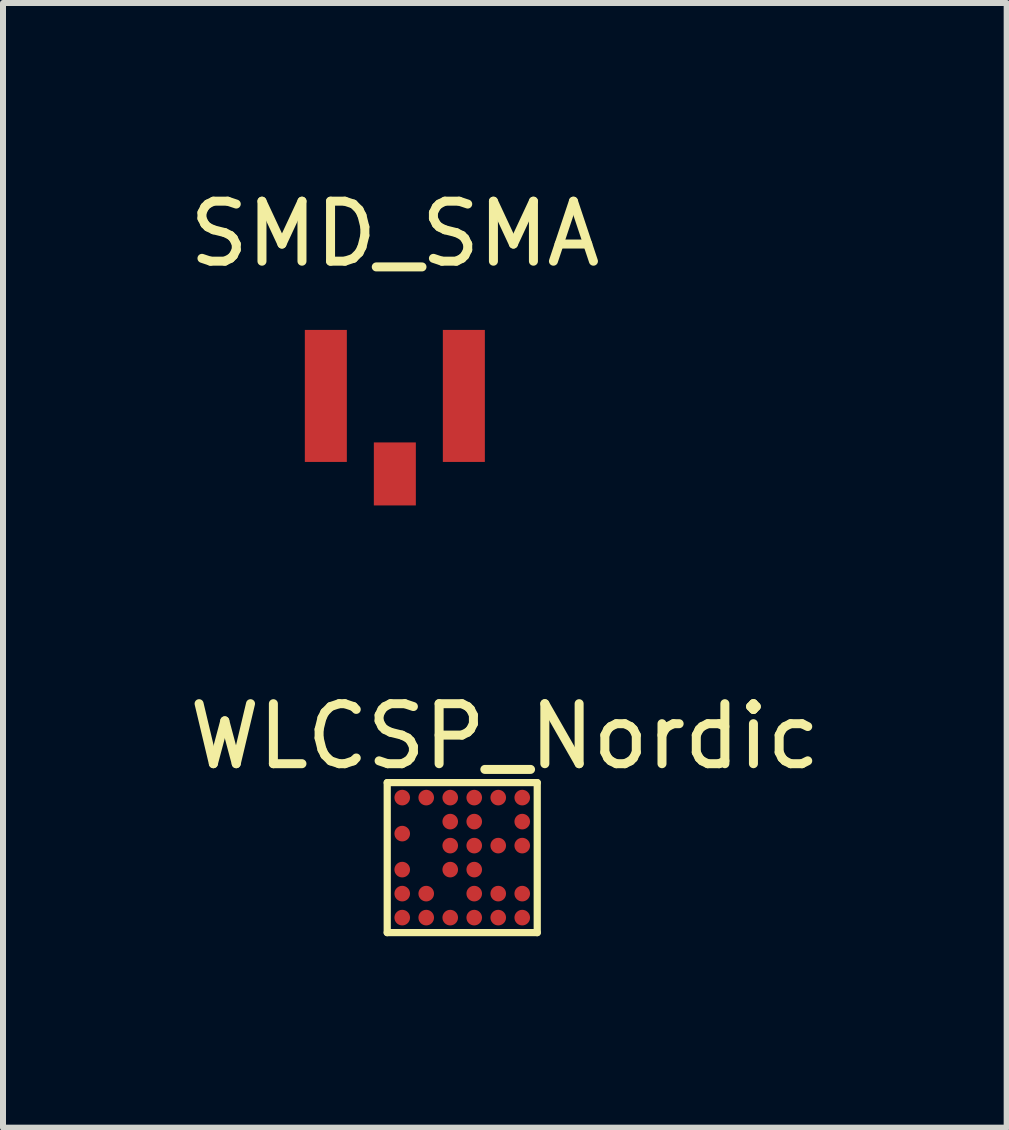
<source format=kicad_pcb>
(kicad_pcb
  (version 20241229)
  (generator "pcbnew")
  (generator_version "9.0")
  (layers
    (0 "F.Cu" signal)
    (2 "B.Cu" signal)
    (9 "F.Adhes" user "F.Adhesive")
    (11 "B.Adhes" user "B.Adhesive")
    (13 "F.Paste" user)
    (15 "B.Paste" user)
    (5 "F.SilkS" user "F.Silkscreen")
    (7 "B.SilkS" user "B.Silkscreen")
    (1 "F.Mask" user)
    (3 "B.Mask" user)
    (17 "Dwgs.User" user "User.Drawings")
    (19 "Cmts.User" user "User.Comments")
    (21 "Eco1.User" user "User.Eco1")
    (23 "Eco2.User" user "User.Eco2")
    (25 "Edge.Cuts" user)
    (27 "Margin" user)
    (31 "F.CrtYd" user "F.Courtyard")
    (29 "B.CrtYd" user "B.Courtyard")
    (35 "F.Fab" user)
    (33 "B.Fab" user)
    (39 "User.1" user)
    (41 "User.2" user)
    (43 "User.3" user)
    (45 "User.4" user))
  (footprint "WLCSP_Nordic"
    (layer "F.Cu")
    (at 3.403 12.492)
    (property "Reference" "WLCSP_Nordic" (at 1.96 -3.27 0) (layer "F.SilkS") (effects (font (size 1 1) (thickness 0.15))))
    (attr through_hole)
    (fp_line (start 0 -2.5) (end 2.5 -2.5) (stroke (width 0.12) (type solid)) (layer "F.SilkS"))
    (fp_line (start 0 0) (end 0 -2.5) (stroke (width 0.12) (type solid)) (layer "F.SilkS"))
    (fp_line (start 2.5 -2.5) (end 2.5 0) (stroke (width 0.12) (type solid)) (layer "F.SilkS"))
    (fp_line (start 2.5 0) (end 0 0) (stroke (width 0.12) (type solid)) (layer "F.SilkS"))
    (pad "A1" smd circle (at 0.25 -2.25) (size 0.26 0.26) (layers "F.Cu" "F.Mask" "F.Paste"))
    (pad "A2" smd circle (at 0.65 -2.25) (size 0.26 0.26) (layers "F.Cu" "F.Mask" "F.Paste"))
    (pad "A3" smd circle (at 1.05 -2.25) (size 0.26 0.26) (layers "F.Cu" "F.Mask" "F.Paste"))
    (pad "A4" smd circle (at 1.45 -2.25) (size 0.26 0.26) (layers "F.Cu" "F.Mask" "F.Paste"))
    (pad "A5" smd circle (at 1.85 -2.25) (size 0.26 0.26) (layers "F.Cu" "F.Mask" "F.Paste"))
    (pad "A6" smd circle (at 2.25 -2.25) (size 0.26 0.26) (layers "F.Cu" "F.Mask" "F.Paste"))
    (pad "B3" smd circle (at 1.05 -1.85) (size 0.26 0.26) (layers "F.Cu" "F.Mask" "F.Paste"))
    (pad "B4" smd circle (at 1.45 -1.85) (size 0.26 0.26) (layers "F.Cu" "F.Mask" "F.Paste"))
    (pad "B6" smd circle (at 2.25 -1.85) (size 0.26 0.26) (layers "F.Cu" "F.Mask" "F.Paste"))
    (pad "C1" smd circle (at 0.25 -1.65) (size 0.26 0.26) (layers "F.Cu" "F.Mask" "F.Paste"))
    (pad "D3" smd circle (at 1.05 -1.45) (size 0.26 0.26) (layers "F.Cu" "F.Mask" "F.Paste"))
    (pad "D4" smd circle (at 1.45 -1.45) (size 0.26 0.26) (layers "F.Cu" "F.Mask" "F.Paste"))
    (pad "D5" smd circle (at 1.85 -1.45) (size 0.26 0.26) (layers "F.Cu" "F.Mask" "F.Paste"))
    (pad "D6" smd circle (at 2.25 -1.45) (size 0.26 0.26) (layers "F.Cu" "F.Mask" "F.Paste"))
    (pad "E1" smd circle (at 0.25 -1.05) (size 0.26 0.26) (layers "F.Cu" "F.Mask" "F.Paste"))
    (pad "E3" smd circle (at 1.05 -1.05) (size 0.26 0.26) (layers "F.Cu" "F.Mask" "F.Paste"))
    (pad "E4" smd circle (at 1.45 -1.05) (size 0.26 0.26) (layers "F.Cu" "F.Mask" "F.Paste"))
    (pad "F1" smd circle (at 0.25 -0.65) (size 0.26 0.26) (layers "F.Cu" "F.Mask" "F.Paste"))
    (pad "F2" smd circle (at 0.65 -0.65) (size 0.26 0.26) (layers "F.Cu" "F.Mask" "F.Paste"))
    (pad "F4" smd circle (at 1.45 -0.65) (size 0.26 0.26) (layers "F.Cu" "F.Mask" "F.Paste"))
    (pad "F5" smd circle (at 1.85 -0.65) (size 0.26 0.26) (layers "F.Cu" "F.Mask" "F.Paste"))
    (pad "F6" smd circle (at 2.25 -0.65) (size 0.26 0.26) (layers "F.Cu" "F.Mask" "F.Paste"))
    (pad "G1" smd circle (at 0.25 -0.25) (size 0.26 0.26) (layers "F.Cu" "F.Mask" "F.Paste"))
    (pad "G2" smd circle (at 0.65 -0.25) (size 0.26 0.26) (layers "F.Cu" "F.Mask" "F.Paste"))
    (pad "G3" smd circle (at 1.05 -0.25) (size 0.26 0.26) (layers "F.Cu" "F.Mask" "F.Paste"))
    (pad "G4" smd circle (at 1.45 -0.25) (size 0.26 0.26) (layers "F.Cu" "F.Mask" "F.Paste"))
    (pad "G5" smd circle (at 1.85 -0.25) (size 0.26 0.26) (layers "F.Cu" "F.Mask" "F.Paste"))
    (pad "G6" smd circle (at 2.25 -0.25) (size 0.26 0.26) (layers "F.Cu" "F.Mask" "F.Paste")))
  (footprint "SMD_SMA"
    (layer "F.Cu")
    (at 3.53 0.348)
    (property "Reference" "SMD_SMA" (at 0 0.5 0) (layer "F.SilkS") (effects (font (size 1 1) (thickness 0.15))))
    (attr through_hole)
    (pad "1" smd rect (at 0 4.5) (size 0.7 1.05) (layers "F.Cu" "F.Mask" "F.Paste"))
    (pad "2" smd rect (at -1.15 3.2) (size 0.7 2.2) (layers "F.Cu" "F.Mask" "F.Paste"))
    (pad "2" smd rect (at 1.15 3.2) (size 0.7 2.2) (layers "F.Cu" "F.Mask" "F.Paste")))
  (gr_rect
    (start -3 -3)
    (end 13.726 15.742)
    (stroke (width 0.1) (type default))
    (fill no)
    (layer "Edge.Cuts")))
</source>
